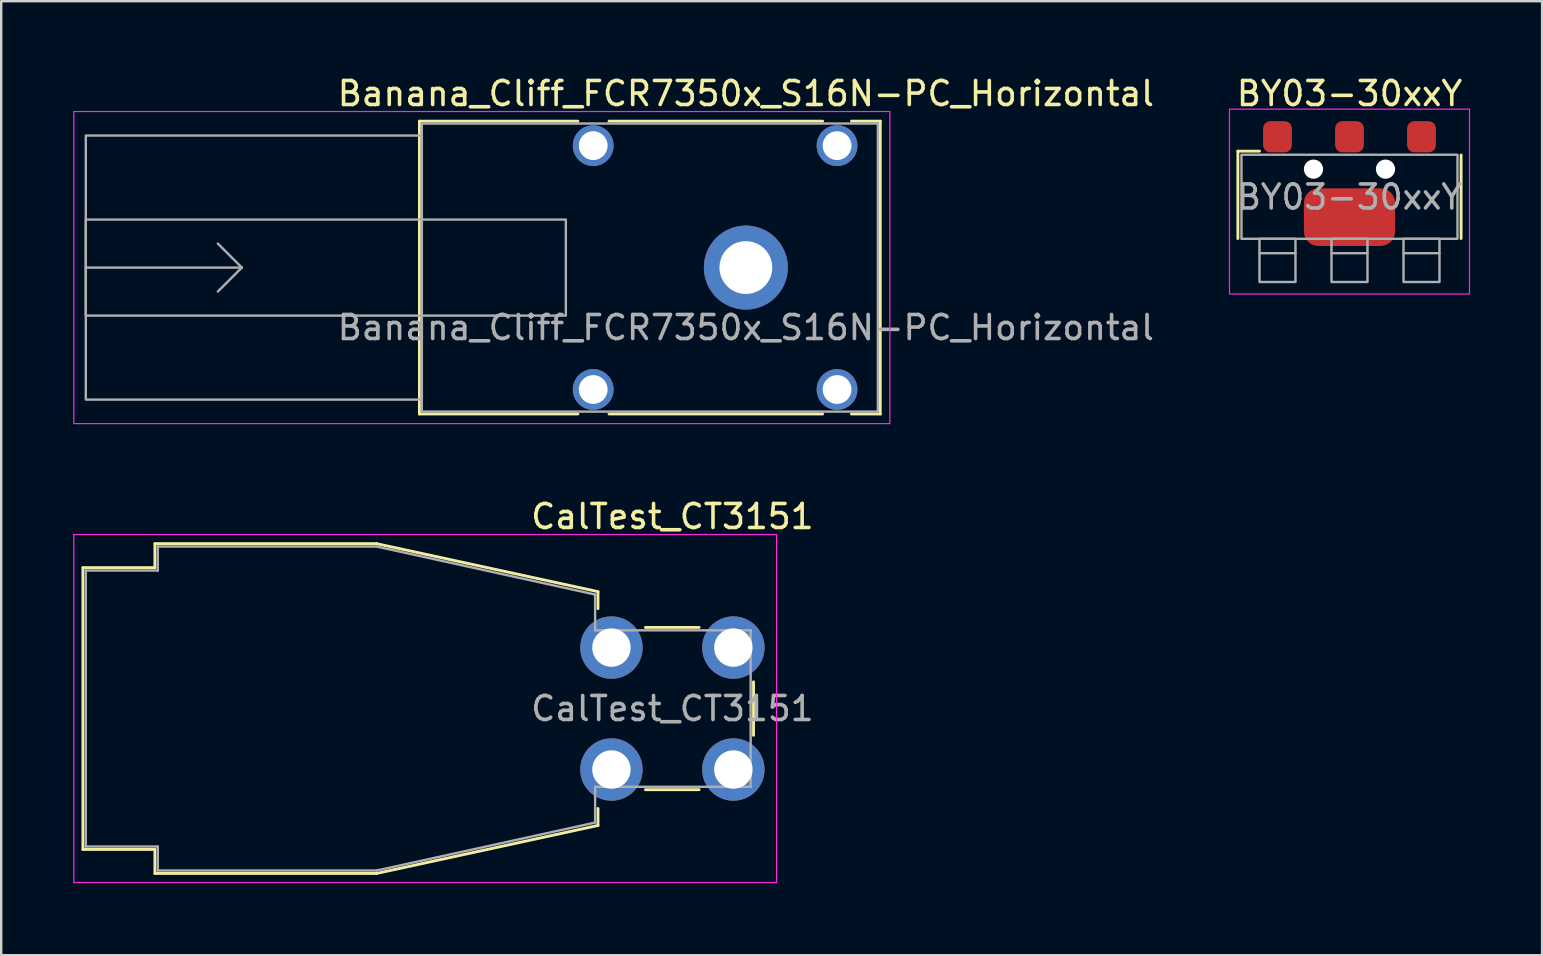
<source format=kicad_pcb>
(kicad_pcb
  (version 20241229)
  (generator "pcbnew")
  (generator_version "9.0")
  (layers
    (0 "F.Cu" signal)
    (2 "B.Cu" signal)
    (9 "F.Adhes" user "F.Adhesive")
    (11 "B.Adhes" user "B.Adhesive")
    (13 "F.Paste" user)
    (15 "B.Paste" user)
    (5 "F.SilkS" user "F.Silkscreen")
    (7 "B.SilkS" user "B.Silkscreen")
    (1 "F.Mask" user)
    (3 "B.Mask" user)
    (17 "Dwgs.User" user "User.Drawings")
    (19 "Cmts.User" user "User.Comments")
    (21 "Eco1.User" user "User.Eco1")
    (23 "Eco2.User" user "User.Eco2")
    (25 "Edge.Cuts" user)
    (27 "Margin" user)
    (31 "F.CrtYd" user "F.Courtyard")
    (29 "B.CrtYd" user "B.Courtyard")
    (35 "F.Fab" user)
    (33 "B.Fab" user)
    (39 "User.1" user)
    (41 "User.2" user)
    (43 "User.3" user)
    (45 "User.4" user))
  (footprint "BY03-30xxY"
    (layer "F.Cu")
    (at 53.175 5.148)
    (property "Reference" "BY03-30xxY" (at 0 -4.3 0) (unlocked yes) (layer "F.SilkS") (effects (font (size 1 1) (thickness 0.15))))
    (attr smd)
    (fp_line (start -4.65 -1.9) (end -4.65 1.74) (stroke (width 0.12) (type default)) (layer "F.SilkS"))
    (fp_line (start -4.65 -1.9) (end -3.75 -1.9) (stroke (width 0.12) (type default)) (layer "F.SilkS"))
    (fp_line (start 4.65 -1.74) (end 4.65 1.74) (stroke (width 0.12) (type default)) (layer "F.SilkS"))
    (fp_rect (start -5 -3.65) (end 5 4.05) (stroke (width 0.05) (type default)) (fill no) (layer "F.CrtYd"))
    (fp_line (start -3.75 2.35) (end -2.25 2.35) (stroke (width 0.1) (type default)) (layer "F.Fab"))
    (fp_line (start -0.75 2.35) (end 0.75 2.35) (stroke (width 0.1) (type default)) (layer "F.Fab"))
    (fp_line (start 2.25 2.35) (end 3.75 2.35) (stroke (width 0.1) (type default)) (layer "F.Fab"))
    (fp_rect (start -4.5 -1.75) (end 4.5 1.75) (stroke (width 0.1) (type default)) (fill no) (layer "F.Fab"))
    (fp_rect (start -2.25 1.75) (end -3.75 3.55) (stroke (width 0.1) (type default)) (fill no) (layer "F.Fab"))
    (fp_rect (start -0.75 1.75) (end 0.75 3.55) (stroke (width 0.1) (type default)) (fill no) (layer "F.Fab"))
    (fp_rect (start 2.25 1.75) (end 3.75 3.55) (stroke (width 0.1) (type default)) (fill no) (layer "F.Fab"))
    (fp_text user "${REFERENCE}" (at 0 0.01 0) (unlocked yes) (layer "F.Fab") (effects (font (size 1 1) (thickness 0.15))))
    (pad "" np_thru_hole circle (at -1.5 -1.15) (size 0.8 0.8) (drill 0.8) (layers "*.Cu" "*.Mask"))
    (pad "" np_thru_hole circle (at 1.5 -1.15) (size 0.8 0.8) (drill 0.8) (layers "*.Cu" "*.Mask"))
    (pad "1" smd roundrect (at -3 -2.5) (size 1.2 1.3) (layers "F.Cu" "F.Mask" "F.Paste") (roundrect_rratio 0.25))
    (pad "2" smd roundrect (at 0 -2.5) (size 1.2 1.3) (layers "F.Cu" "F.Mask" "F.Paste") (roundrect_rratio 0.25))
    (pad "3" smd roundrect (at 3 -2.5) (size 1.2 1.3) (layers "F.Cu" "F.Mask" "F.Paste") (roundrect_rratio 0.25))
    (pad "4" smd roundrect (at 0 0.85) (size 3.8 2.4) (layers "F.Cu" "F.Mask" "F.Paste") (roundrect_rratio 0.25)))
  (footprint "CalTest_CT3151"
    (layer "F.Cu")
    (at 22.425 23.931)
    (property "Reference" "CalTest_CT3151" (at 2.54 -5.46 0) (layer "F.SilkS") (effects (font (size 1 1) (thickness 0.15))))
    (attr through_hole)
    (fp_line (start -22.02 -3.33) (end -19.02 -3.33) (stroke (width 0.12) (type solid)) (layer "F.SilkS"))
    (fp_line (start -22.02 8.41) (end -22.02 -3.33) (stroke (width 0.12) (type solid)) (layer "F.SilkS"))
    (fp_line (start -19.02 -4.33) (end -9.79 -4.33) (stroke (width 0.12) (type solid)) (layer "F.SilkS"))
    (fp_line (start -19.02 -3.33) (end -19.02 -4.33) (stroke (width 0.12) (type solid)) (layer "F.SilkS"))
    (fp_line (start -19.02 8.41) (end -22.02 8.41) (stroke (width 0.12) (type solid)) (layer "F.SilkS"))
    (fp_line (start -19.02 9.41) (end -19.02 8.41) (stroke (width 0.12) (type solid)) (layer "F.SilkS"))
    (fp_line (start -9.79 -4.33) (end -0.561 -2.33) (stroke (width 0.12) (type solid)) (layer "F.SilkS"))
    (fp_line (start -9.79 9.41) (end -19.02 9.41) (stroke (width 0.12) (type solid)) (layer "F.SilkS"))
    (fp_line (start -0.561 -2.33) (end -0.561 -1.623) (stroke (width 0.12) (type solid)) (layer "F.SilkS"))
    (fp_line (start -0.561 6.703) (end -0.561 7.41) (stroke (width 0.12) (type solid)) (layer "F.SilkS"))
    (fp_line (start -0.561 7.41) (end -9.79 9.41) (stroke (width 0.12) (type solid)) (layer "F.SilkS"))
    (fp_line (start 1.417 -0.84) (end 3.652 -0.84) (stroke (width 0.12) (type solid)) (layer "F.SilkS"))
    (fp_line (start 3.653 5.92) (end 1.417 5.92) (stroke (width 0.12) (type solid)) (layer "F.SilkS"))
    (fp_line (start 5.92 1.425) (end 5.92 3.656) (stroke (width 0.12) (type solid)) (layer "F.SilkS"))
    (fp_line (start -22.4 -4.71) (end -22.4 9.79) (stroke (width 0.05) (type solid)) (layer "F.CrtYd"))
    (fp_line (start -22.4 9.79) (end 6.88 9.79) (stroke (width 0.05) (type solid)) (layer "F.CrtYd"))
    (fp_line (start 6.88 -4.71) (end -22.4 -4.71) (stroke (width 0.05) (type solid)) (layer "F.CrtYd"))
    (fp_line (start 6.88 9.79) (end 6.88 -4.71) (stroke (width 0.05) (type solid)) (layer "F.CrtYd"))
    (fp_line (start -21.9 -3.21) (end -18.9 -3.21) (stroke (width 0.1) (type solid)) (layer "F.Fab"))
    (fp_line (start -21.9 8.29) (end -21.9 -3.21) (stroke (width 0.1) (type solid)) (layer "F.Fab"))
    (fp_line (start -18.9 -4.21) (end -9.79 -4.21) (stroke (width 0.1) (type solid)) (layer "F.Fab"))
    (fp_line (start -18.9 -3.21) (end -18.9 -4.21) (stroke (width 0.1) (type solid)) (layer "F.Fab"))
    (fp_line (start -18.9 8.29) (end -21.9 8.29) (stroke (width 0.1) (type solid)) (layer "F.Fab"))
    (fp_line (start -18.9 9.29) (end -18.9 8.29) (stroke (width 0.1) (type solid)) (layer "F.Fab"))
    (fp_line (start -9.79 -4.21) (end -0.68 -2.21) (stroke (width 0.1) (type solid)) (layer "F.Fab"))
    (fp_line (start -9.79 9.29) (end -18.9 9.29) (stroke (width 0.1) (type solid)) (layer "F.Fab"))
    (fp_line (start -0.68 -2.21) (end -0.68 -0.72) (stroke (width 0.1) (type solid)) (layer "F.Fab"))
    (fp_line (start -0.68 -0.72) (end 5.8 -0.72) (stroke (width 0.1) (type solid)) (layer "F.Fab"))
    (fp_line (start -0.68 5.8) (end -0.68 7.29) (stroke (width 0.1) (type solid)) (layer "F.Fab"))
    (fp_line (start -0.68 7.29) (end -9.79 9.29) (stroke (width 0.1) (type solid)) (layer "F.Fab"))
    (fp_line (start 5.8 -0.72) (end 5.8 5.8) (stroke (width 0.1) (type solid)) (layer "F.Fab"))
    (fp_line (start 5.8 5.8) (end -0.68 5.8) (stroke (width 0.1) (type solid)) (layer "F.Fab"))
    (fp_text user "${REFERENCE}" (at 2.54 2.54 0) (layer "F.Fab") (effects (font (size 1 1) (thickness 0.15))))
    (pad "1" thru_hole circle (at 0 0) (size 2.6 2.6) (drill 1.6) (layers "*.Cu" "*.Mask"))
    (pad "1" thru_hole circle (at 0 5.08) (size 2.6 2.6) (drill 1.6) (layers "*.Cu" "*.Mask"))
    (pad "1" thru_hole circle (at 5.08 0) (size 2.6 2.6) (drill 1.6) (layers "*.Cu" "*.Mask"))
    (pad "1" thru_hole circle (at 5.08 5.08) (size 2.6 2.6) (drill 1.6) (layers "*.Cu" "*.Mask")))
  (footprint "Banana_Cliff_FCR7350x_S16N-PC_Horizontal"
    (layer "F.Cu")
    (at 28.025 8.098)
    (property "Reference" "Banana_Cliff_FCR7350x_S16N-PC_Horizontal" (at 0 -7.25 0) (unlocked yes) (layer "F.SilkS") (effects (font (size 1 1) (thickness 0.15))))
    (attr through_hole)
    (fp_line (start -13.6 -6.1) (end -13.6 6.1) (stroke (width 0.12) (type solid)) (layer "F.SilkS"))
    (fp_line (start -13.6 6.1) (end -7 6.1) (stroke (width 0.12) (type solid)) (layer "F.SilkS"))
    (fp_line (start -7 -6.1) (end -13.6 -6.1) (stroke (width 0.12) (type solid)) (layer "F.SilkS"))
    (fp_line (start -5.7 6.1) (end 3.2 6.1) (stroke (width 0.12) (type solid)) (layer "F.SilkS"))
    (fp_line (start 3.2 -6.1) (end -5.7 -6.1) (stroke (width 0.12) (type solid)) (layer "F.SilkS"))
    (fp_line (start 4.4 6.1) (end 5.6 6.1) (stroke (width 0.12) (type solid)) (layer "F.SilkS"))
    (fp_line (start 5.6 -6.1) (end 4.4 -6.1) (stroke (width 0.12) (type solid)) (layer "F.SilkS"))
    (fp_line (start 5.6 6.1) (end 5.6 -6.1) (stroke (width 0.12) (type solid)) (layer "F.SilkS"))
    (fp_rect (start 6 6.5) (end -28 -6.5) (stroke (width 0.05) (type solid)) (fill no) (layer "F.CrtYd"))
    (fp_line (start -27.5 0) (end -21 0) (stroke (width 0.1) (type solid)) (layer "F.Fab"))
    (fp_line (start -21 0) (end -22 -1) (stroke (width 0.1) (type solid)) (layer "F.Fab"))
    (fp_line (start -21 0) (end -22 1) (stroke (width 0.1) (type solid)) (layer "F.Fab"))
    (fp_rect (start -27.5 -2) (end -7.5 2) (stroke (width 0.1) (type solid)) (fill no) (layer "F.Fab"))
    (fp_rect (start -13.5 -6) (end 5.5 6) (stroke (width 0.1) (type solid)) (fill no) (layer "F.Fab"))
    (fp_rect (start -13.5 -5.5) (end -27.5 5.5) (stroke (width 0.1) (type solid)) (fill no) (layer "F.Fab"))
    (fp_text user "${REFERENCE}" (at 0 2.5 0) (unlocked yes) (layer "F.Fab") (effects (font (size 1 1) (thickness 0.15))))
    (pad "" np_thru_hole circle (at -6.36 -5.08) (size 1.7 1.7) (drill 1.2) (layers "*.Cu" "*.Mask"))
    (pad "" np_thru_hole circle (at -6.36 5.08) (size 1.7 1.7) (drill 1.2) (layers "*.Cu" "*.Mask"))
    (pad "" np_thru_hole circle (at 3.8 -5.08) (size 1.7 1.7) (drill 1.2) (layers "*.Cu" "*.Mask"))
    (pad "" np_thru_hole circle (at 3.8 5.08) (size 1.7 1.7) (drill 1.2) (layers "*.Cu" "*.Mask"))
    (pad "1" thru_hole circle (at 0 0) (size 3.5 3.5) (drill 2.2) (layers "*.Cu" "*.Mask")))
  (gr_rect
    (start -3 -3)
    (end 61.2 36.746)
    (stroke (width 0.1) (type default))
    (fill no)
    (layer "Edge.Cuts")))
</source>
